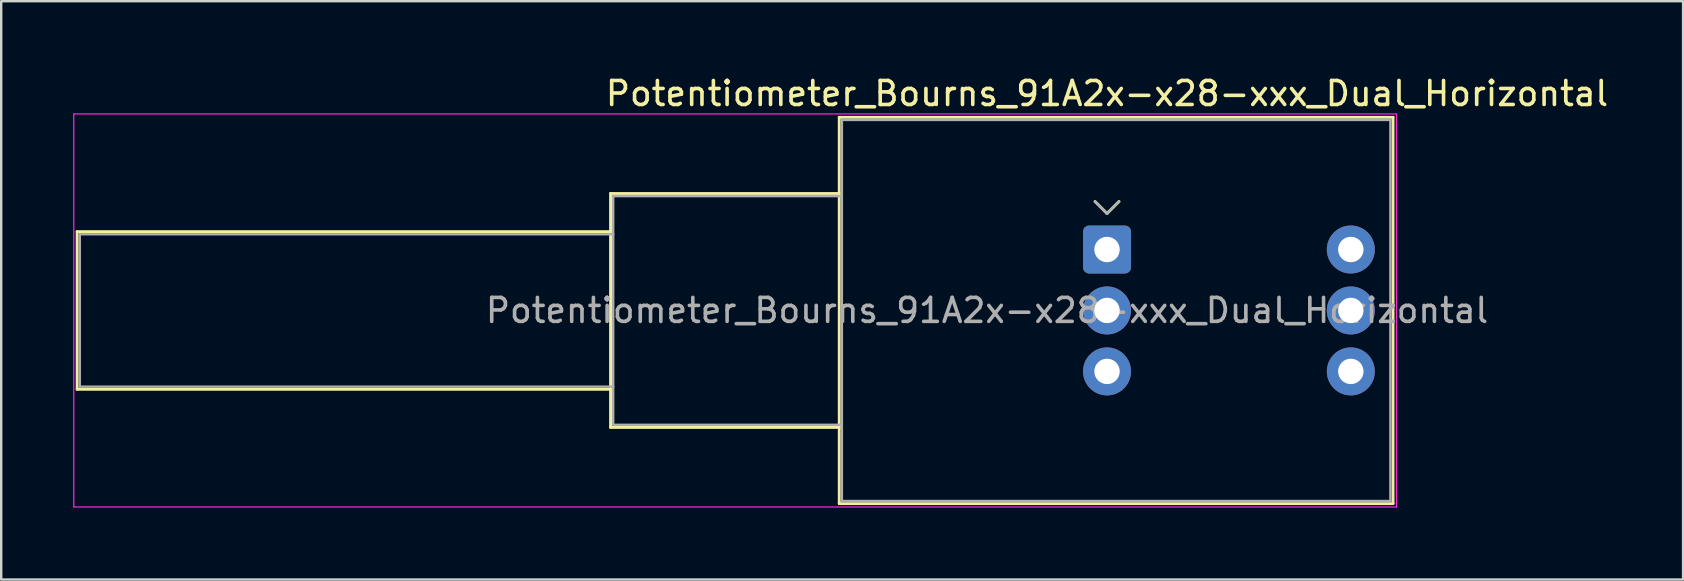
<source format=kicad_pcb>
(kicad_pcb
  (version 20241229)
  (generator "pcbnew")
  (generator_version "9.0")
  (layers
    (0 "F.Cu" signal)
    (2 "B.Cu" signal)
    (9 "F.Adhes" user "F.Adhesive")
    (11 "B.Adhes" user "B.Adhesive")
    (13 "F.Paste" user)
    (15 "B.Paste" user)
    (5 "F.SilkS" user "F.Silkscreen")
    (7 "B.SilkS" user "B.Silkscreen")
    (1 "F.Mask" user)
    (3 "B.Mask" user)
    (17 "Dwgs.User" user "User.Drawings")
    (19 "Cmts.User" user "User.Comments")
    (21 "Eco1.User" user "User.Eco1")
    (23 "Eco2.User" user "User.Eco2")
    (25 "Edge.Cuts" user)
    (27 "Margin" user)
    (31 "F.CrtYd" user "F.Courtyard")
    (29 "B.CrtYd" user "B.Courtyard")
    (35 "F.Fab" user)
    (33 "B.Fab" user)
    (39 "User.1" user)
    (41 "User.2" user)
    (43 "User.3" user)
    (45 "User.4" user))
  (footprint "Potentiometer_Bourns_91A2x-x28-xxx_Dual_Horizontal"
    (layer "F.Cu")
    (at 43.085 7.348)
    (property "Reference" "Potentiometer_Bourns_91A2x-x28-xxx_Dual_Horizontal" (at 0 -6.5 180) (layer "F.SilkS") (effects (font (size 1 1) (thickness 0.15))))
    (attr through_hole)
    (fp_line (start -42.92 5.825) (end -42.92 -0.745) (stroke (width 0.12) (type solid)) (layer "F.SilkS"))
    (fp_line (start -20.69 -0.745) (end -42.92 -0.745) (stroke (width 0.12) (type solid)) (layer "F.SilkS"))
    (fp_line (start -20.69 5.825) (end -42.92 5.825) (stroke (width 0.12) (type solid)) (layer "F.SilkS"))
    (fp_line (start -20.69 7.415) (end -20.69 -2.335) (stroke (width 0.12) (type solid)) (layer "F.SilkS"))
    (fp_line (start -11.16 -2.335) (end -20.69 -2.335) (stroke (width 0.12) (type solid)) (layer "F.SilkS"))
    (fp_line (start -11.16 7.415) (end -20.69 7.415) (stroke (width 0.12) (type solid)) (layer "F.SilkS"))
    (fp_line (start -11.16 10.59) (end -11.16 -5.51) (stroke (width 0.12) (type solid)) (layer "F.SilkS"))
    (fp_line (start -0.5 -2) (end 0 -1.5) (stroke (width 0.12) (type solid)) (layer "F.SilkS"))
    (fp_line (start 0 -1.5) (end 0.5 -2) (stroke (width 0.12) (type solid)) (layer "F.SilkS"))
    (fp_line (start 11.92 -5.51) (end -11.16 -5.51) (stroke (width 0.12) (type solid)) (layer "F.SilkS"))
    (fp_line (start 11.92 10.59) (end -11.16 10.59) (stroke (width 0.12) (type solid)) (layer "F.SilkS"))
    (fp_line (start 11.92 10.59) (end 11.92 -5.51) (stroke (width 0.12) (type solid)) (layer "F.SilkS"))
    (fp_line (start -43.06 10.73) (end -43.06 -5.65) (stroke (width 0.05) (type solid)) (layer "F.CrtYd"))
    (fp_line (start -43.06 10.73) (end 12.06 10.73) (stroke (width 0.05) (type solid)) (layer "F.CrtYd"))
    (fp_line (start 12.06 -5.65) (end -43.06 -5.65) (stroke (width 0.05) (type solid)) (layer "F.CrtYd"))
    (fp_line (start 12.06 10.73) (end 12.06 -5.65) (stroke (width 0.05) (type solid)) (layer "F.CrtYd"))
    (fp_line (start -42.81 5.715) (end -42.81 -0.635) (stroke (width 0.1) (type solid)) (layer "F.Fab"))
    (fp_line (start -20.58 -0.635) (end -42.81 -0.635) (stroke (width 0.1) (type solid)) (layer "F.Fab"))
    (fp_line (start -20.58 5.715) (end -42.81 5.715) (stroke (width 0.1) (type solid)) (layer "F.Fab"))
    (fp_line (start -20.58 7.305) (end -20.58 -2.225) (stroke (width 0.1) (type solid)) (layer "F.Fab"))
    (fp_line (start -11.05 -2.225) (end -20.58 -2.225) (stroke (width 0.1) (type solid)) (layer "F.Fab"))
    (fp_line (start -11.05 7.305) (end -20.58 7.305) (stroke (width 0.1) (type solid)) (layer "F.Fab"))
    (fp_line (start -11.05 10.48) (end -11.05 -5.4) (stroke (width 0.1) (type solid)) (layer "F.Fab"))
    (fp_line (start -11.05 10.48) (end 11.81 10.48) (stroke (width 0.1) (type solid)) (layer "F.Fab"))
    (fp_line (start -0.5 -2) (end 0 -1.5) (stroke (width 0.1) (type solid)) (layer "F.Fab"))
    (fp_line (start 0 -1.5) (end -0.5 -2) (stroke (width 0.1) (type solid)) (layer "F.Fab"))
    (fp_line (start 0 -1.5) (end 0.5 -2) (stroke (width 0.1) (type solid)) (layer "F.Fab"))
    (fp_line (start 11.81 -5.4) (end -11.05 -5.4) (stroke (width 0.1) (type solid)) (layer "F.Fab"))
    (fp_line (start 11.81 10.48) (end 11.81 -5.4) (stroke (width 0.1) (type solid)) (layer "F.Fab"))
    (fp_text user "${REFERENCE}" (at -5 2.54 180) (layer "F.Fab") (effects (font (size 1 1) (thickness 0.15))))
    (pad "1" thru_hole roundrect (at 0 0) (size 2 2) (drill 1.06) (layers "*.Cu" "*.Mask") (roundrect_rratio 0.125))
    (pad "2" thru_hole circle (at 0 2.54) (size 2 2) (drill 1.06) (layers "*.Cu" "*.Mask"))
    (pad "3" thru_hole circle (at 0 5.08) (size 2 2) (drill 1.06) (layers "*.Cu" "*.Mask"))
    (pad "4" thru_hole circle (at 10.16 0) (size 2 2) (drill 1.06) (layers "*.Cu" "*.Mask"))
    (pad "5" thru_hole circle (at 10.16 2.54) (size 2 2) (drill 1.06) (layers "*.Cu" "*.Mask"))
    (pad "6" thru_hole circle (at 10.16 5.08) (size 2 2) (drill 1.06) (layers "*.Cu" "*.Mask")))
  (gr_rect
    (start -3 -3)
    (end 67.091 21.103)
    (stroke (width 0.1) (type default))
    (fill no)
    (layer "Edge.Cuts")))
</source>
